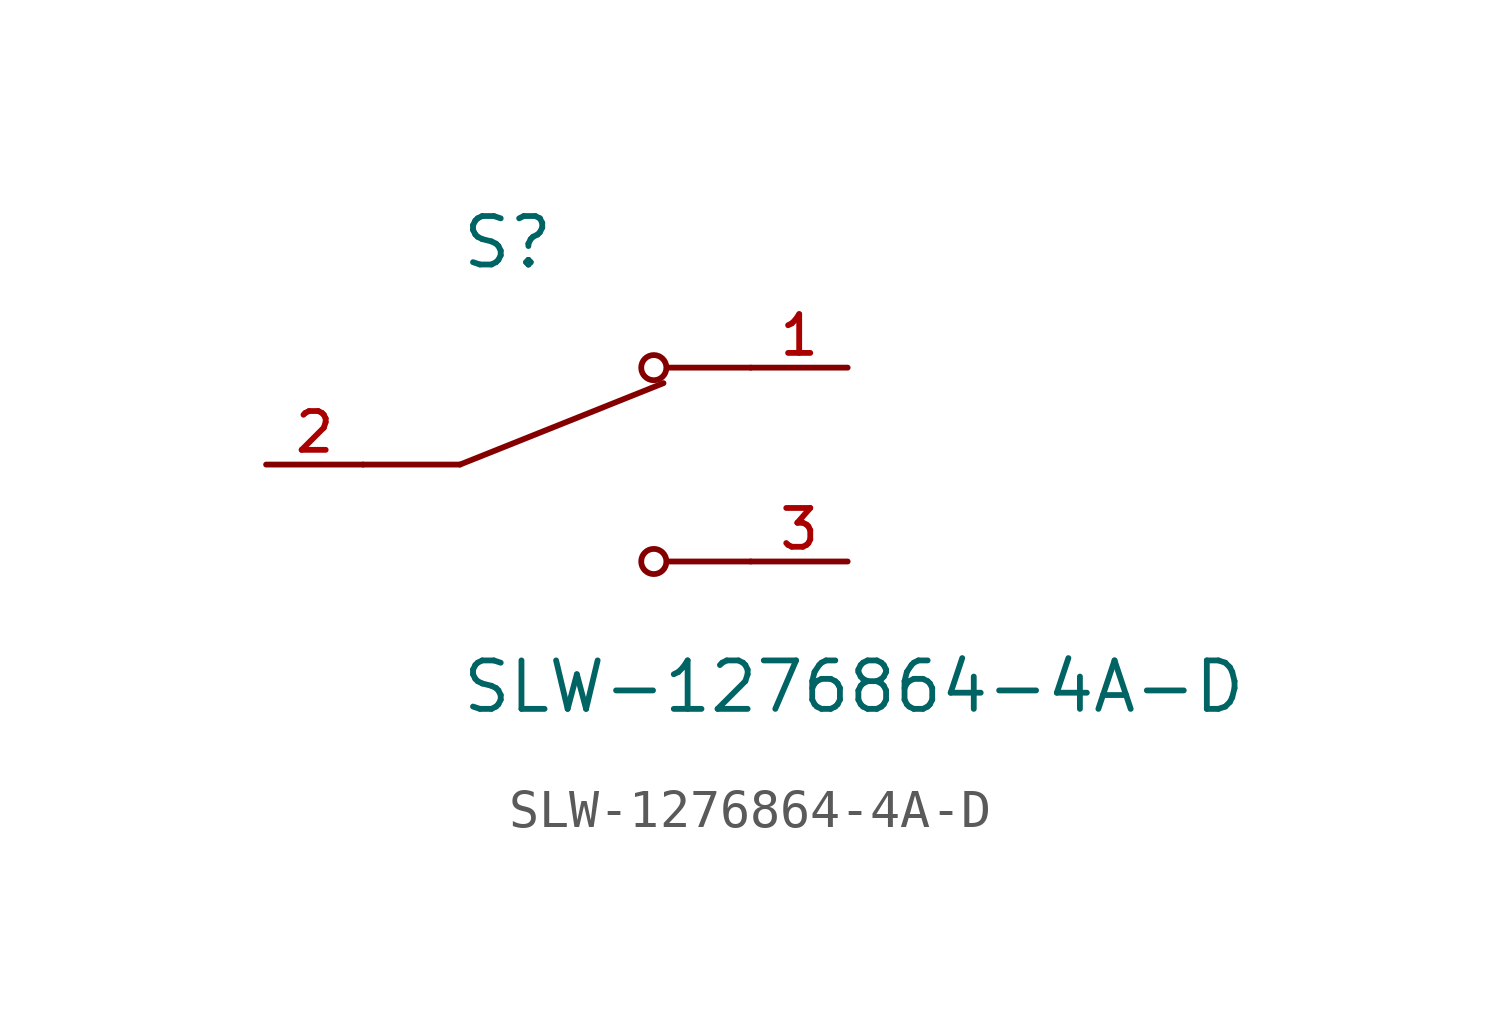
<source format=kicad_sym>
(kicad_symbol_lib
  (version 20241209)
  (generator "kicad_symbol_editor")
  (generator_version "9.0")
  (symbol "SLW-1276864-4A-D"
    (pin_names
      (offset 1.016))
    (property "Reference" "S"
      (at -2.54 5.08 0)
      (effects (font (size 1.27 1.27)) (justify left bottom)))
    (property "Value" "SLW-1276864-4A-D"
      (at -2.54 -5.08 0)
      (effects (font (size 1.27 1.27)) (justify left top)))
    (symbol "SLW-1276864-4A-D_0_0"
      (polyline (pts (xy -2.54 0) (xy -5.08 0)) (stroke (width 0.152) (type default)) (fill (type none)))
      (polyline (pts (xy -2.54 0) (xy 2.794 2.134)) (stroke (width 0.152) (type default)) (fill (type none)))
      (circle (center 2.54 2.54) (radius 0.33) (stroke (width 0.152) (type default)) (fill (type none)))
      (circle (center 2.54 -2.54) (radius 0.33) (stroke (width 0.152) (type default)) (fill (type none)))
      (polyline (pts (xy 5.08 2.54) (xy 2.921 2.54)) (stroke (width 0.152) (type default)) (fill (type none)))
      (polyline (pts (xy 5.08 -2.54) (xy 2.921 -2.54)) (stroke (width 0.152) (type default)) (fill (type none)))
      (pin passive line (at -7.62 0 0) (length 2.54) (name "~" (effects (font (size 1.016 1.016)))) (number "2" (effects (font (size 1.016 1.016)))))
      (pin passive line (at 7.62 2.54 180) (length 2.54) (name "~" (effects (font (size 1.016 1.016)))) (number "1" (effects (font (size 1.016 1.016)))))
      (pin passive line (at 7.62 -2.54 180) (length 2.54) (name "~" (effects (font (size 1.016 1.016)))) (number "3" (effects (font (size 1.016 1.016))))))))
</source>
